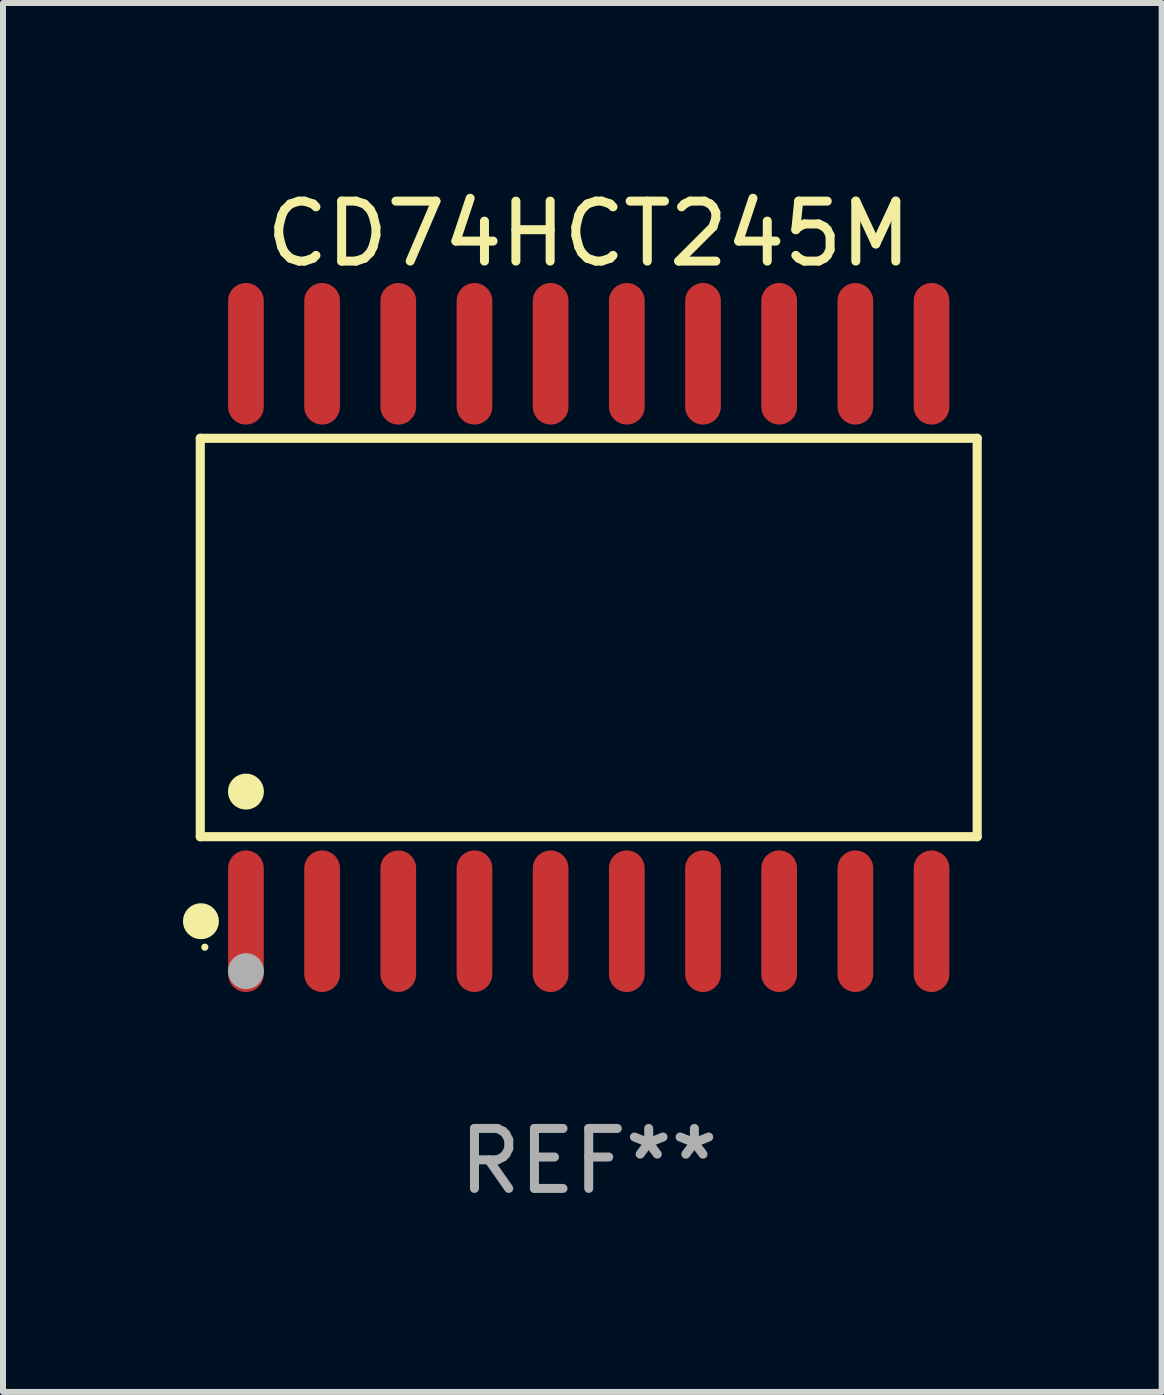
<source format=kicad_pcb>
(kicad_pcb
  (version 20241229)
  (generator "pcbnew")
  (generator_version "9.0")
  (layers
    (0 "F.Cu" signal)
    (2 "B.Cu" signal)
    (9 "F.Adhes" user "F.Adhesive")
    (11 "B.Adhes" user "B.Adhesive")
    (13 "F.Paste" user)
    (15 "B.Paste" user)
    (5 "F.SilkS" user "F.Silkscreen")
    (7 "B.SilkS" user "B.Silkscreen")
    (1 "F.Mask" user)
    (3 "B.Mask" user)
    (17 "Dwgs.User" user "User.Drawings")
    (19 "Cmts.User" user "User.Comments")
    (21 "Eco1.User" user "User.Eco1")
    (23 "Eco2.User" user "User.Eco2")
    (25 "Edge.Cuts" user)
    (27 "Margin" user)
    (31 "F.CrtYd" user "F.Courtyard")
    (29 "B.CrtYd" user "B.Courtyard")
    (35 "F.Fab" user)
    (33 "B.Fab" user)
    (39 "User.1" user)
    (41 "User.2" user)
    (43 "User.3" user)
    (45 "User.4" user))
  (footprint "CD74HCT245M"
    (layer "F.Cu")
    (at 6.765 7.578)
    (property "Reference" "CD74HCT245M" (at 0 -6.73 0) (layer "F.SilkS") (effects (font (size 1 1) (thickness 0.15))))
    (attr through_hole)
    (fp_line (start -6.476 -3.321) (end 6.476 -3.321) (stroke (width 0.152) (type solid)) (layer "F.SilkS"))
    (fp_line (start -6.476 3.321) (end -6.476 -3.321) (stroke (width 0.152) (type solid)) (layer "F.SilkS"))
    (fp_line (start 6.476 -3.321) (end 6.476 3.321) (stroke (width 0.152) (type solid)) (layer "F.SilkS"))
    (fp_line (start 6.476 3.321) (end -6.476 3.321) (stroke (width 0.152) (type solid)) (layer "F.SilkS"))
    (fp_circle (center -6.465 4.73) (end -6.315 4.73) (stroke (width 0.3) (type solid)) (fill no) (layer "F.SilkS"))
    (fp_circle (center -6.4 5.163) (end -6.37 5.163) (stroke (width 0.06) (type solid)) (fill no) (layer "F.SilkS"))
    (fp_circle (center -5.715 2.569) (end -5.565 2.569) (stroke (width 0.3) (type solid)) (fill no) (layer "F.SilkS"))
    (fp_circle (center -5.715 5.563) (end -5.565 5.563) (stroke (width 0.3) (type solid)) (fill no) (layer "F.Fab"))
    (fp_text user "REF**" (at 0 8.73 0) (layer "F.Fab") (effects (font (size 1 1) (thickness 0.15))))
    (pad "1" smd oval (at -5.715 4.73) (size 0.595 2.36) (layers "F.Cu" "F.Mask" "F.Paste"))
    (pad "2" smd oval (at -4.445 4.73) (size 0.595 2.36) (layers "F.Cu" "F.Mask" "F.Paste"))
    (pad "3" smd oval (at -3.175 4.73) (size 0.595 2.36) (layers "F.Cu" "F.Mask" "F.Paste"))
    (pad "4" smd oval (at -1.905 4.73) (size 0.595 2.36) (layers "F.Cu" "F.Mask" "F.Paste"))
    (pad "5" smd oval (at -0.635 4.73) (size 0.595 2.36) (layers "F.Cu" "F.Mask" "F.Paste"))
    (pad "6" smd oval (at 0.635 4.73) (size 0.595 2.36) (layers "F.Cu" "F.Mask" "F.Paste"))
    (pad "7" smd oval (at 1.905 4.73) (size 0.595 2.36) (layers "F.Cu" "F.Mask" "F.Paste"))
    (pad "8" smd oval (at 3.175 4.73) (size 0.595 2.36) (layers "F.Cu" "F.Mask" "F.Paste"))
    (pad "9" smd oval (at 4.445 4.73) (size 0.595 2.36) (layers "F.Cu" "F.Mask" "F.Paste"))
    (pad "10" smd oval (at 5.715 4.73) (size 0.595 2.36) (layers "F.Cu" "F.Mask" "F.Paste"))
    (pad "11" smd oval (at 5.715 -4.73) (size 0.595 2.36) (layers "F.Cu" "F.Mask" "F.Paste"))
    (pad "12" smd oval (at 4.445 -4.73) (size 0.595 2.36) (layers "F.Cu" "F.Mask" "F.Paste"))
    (pad "13" smd oval (at 3.175 -4.73) (size 0.595 2.36) (layers "F.Cu" "F.Mask" "F.Paste"))
    (pad "14" smd oval (at 1.905 -4.73) (size 0.595 2.36) (layers "F.Cu" "F.Mask" "F.Paste"))
    (pad "15" smd oval (at 0.635 -4.73) (size 0.595 2.36) (layers "F.Cu" "F.Mask" "F.Paste"))
    (pad "16" smd oval (at -0.635 -4.73) (size 0.595 2.36) (layers "F.Cu" "F.Mask" "F.Paste"))
    (pad "17" smd oval (at -1.905 -4.73) (size 0.595 2.36) (layers "F.Cu" "F.Mask" "F.Paste"))
    (pad "18" smd oval (at -3.175 -4.73) (size 0.595 2.36) (layers "F.Cu" "F.Mask" "F.Paste"))
    (pad "19" smd oval (at -4.445 -4.73) (size 0.595 2.36) (layers "F.Cu" "F.Mask" "F.Paste"))
    (pad "20" smd oval (at -5.715 -4.73) (size 0.595 2.36) (layers "F.Cu" "F.Mask" "F.Paste")))
  (gr_rect
    (start -3 -3)
    (end 16.317 20.156)
    (stroke (width 0.1) (type default))
    (fill no)
    (layer "Edge.Cuts")))
</source>
